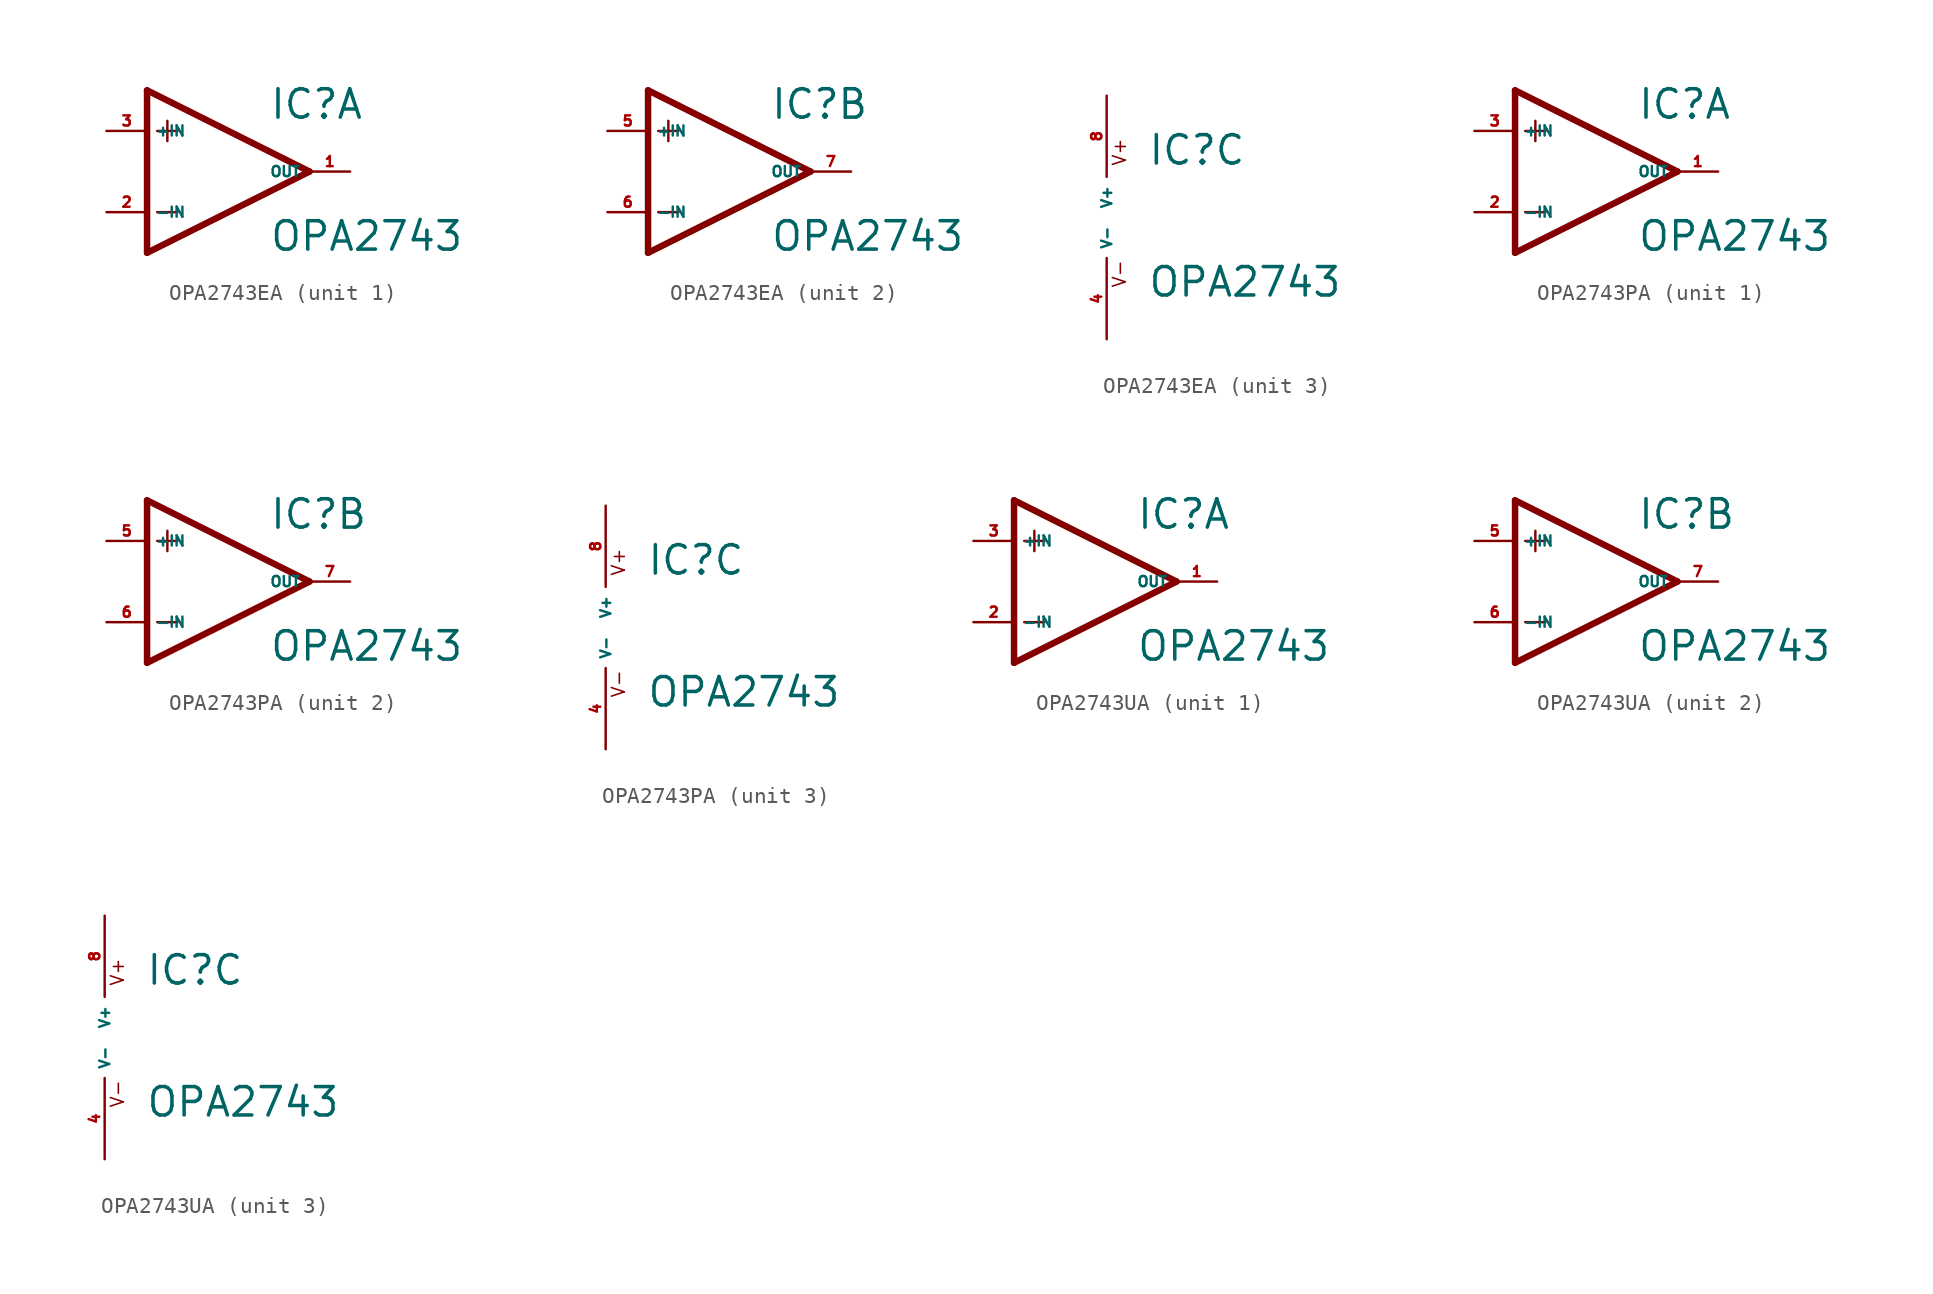
<source format=kicad_sym>
(kicad_symbol_lib
  (version 20220914)
  (generator Eagle2Kicad)
  (symbol "OPA2743EA"
    (property "Reference" "IC"
      (at 2.54 3.175 0)
      (effects (font (size 1.778 1.778) (thickness 0.22)) (justify left bottom)))
    (property "Value" "OPA2743"
      (at 2.54 -5.08 0)
      (effects (font (size 1.778 1.778) (thickness 0.22)) (justify left bottom)))
    (symbol "OPA2743EA_1_0"
      (polyline (pts (xy -5.08 5.08) (xy -5.08 -5.08)) (stroke (width 0.406) (type default)) (fill (type none)))
      (polyline (pts (xy -5.08 -5.08) (xy 5.08 0)) (stroke (width 0.406) (type default)) (fill (type none)))
      (polyline (pts (xy 5.08 0) (xy -5.08 5.08)) (stroke (width 0.406) (type default)) (fill (type none)))
      (polyline (pts (xy -3.81 3.175) (xy -3.81 1.905)) (stroke (width 0.152) (type default)) (fill (type none)))
      (polyline (pts (xy -4.445 2.54) (xy -3.175 2.54)) (stroke (width 0.152) (type default)) (fill (type none)))
      (polyline (pts (xy -4.445 -2.54) (xy -3.175 -2.54)) (stroke (width 0.152) (type default)) (fill (type none)))
      (pin input line (at -7.62 -2.54 0) (length 2.54) (name "-IN" (effects (font (size 0.635 0.635) (thickness 0.08)) (justify left bottom))) (number "2" (effects (font (size 0.635 0.635) (thickness 0.08)) (justify left bottom))))
      (pin input line (at -7.62 2.54 0) (length 2.54) (name "+IN" (effects (font (size 0.635 0.635) (thickness 0.08)) (justify left bottom))) (number "3" (effects (font (size 0.635 0.635) (thickness 0.08)) (justify left bottom))))
      (pin output line (at 7.62 0 180) (length 2.54) (name "OUT" (effects (font (size 0.635 0.635) (thickness 0.08)) (justify left bottom))) (number "1" (effects (font (size 0.635 0.635) (thickness 0.08)) (justify left bottom)))))
    (symbol "OPA2743EA_2_0"
      (polyline (pts (xy -5.08 5.08) (xy -5.08 -5.08)) (stroke (width 0.406) (type default)) (fill (type none)))
      (polyline (pts (xy -5.08 -5.08) (xy 5.08 0)) (stroke (width 0.406) (type default)) (fill (type none)))
      (polyline (pts (xy 5.08 0) (xy -5.08 5.08)) (stroke (width 0.406) (type default)) (fill (type none)))
      (polyline (pts (xy -3.81 3.175) (xy -3.81 1.905)) (stroke (width 0.152) (type default)) (fill (type none)))
      (polyline (pts (xy -4.445 2.54) (xy -3.175 2.54)) (stroke (width 0.152) (type default)) (fill (type none)))
      (polyline (pts (xy -4.445 -2.54) (xy -3.175 -2.54)) (stroke (width 0.152) (type default)) (fill (type none)))
      (pin input line (at -7.62 -2.54 0) (length 2.54) (name "-IN" (effects (font (size 0.635 0.635) (thickness 0.08)) (justify left bottom))) (number "6" (effects (font (size 0.635 0.635) (thickness 0.08)) (justify left bottom))))
      (pin input line (at -7.62 2.54 0) (length 2.54) (name "+IN" (effects (font (size 0.635 0.635) (thickness 0.08)) (justify left bottom))) (number "5" (effects (font (size 0.635 0.635) (thickness 0.08)) (justify left bottom))))
      (pin output line (at 7.62 0 180) (length 2.54) (name "OUT" (effects (font (size 0.635 0.635) (thickness 0.08)) (justify left bottom))) (number "7" (effects (font (size 0.635 0.635) (thickness 0.08)) (justify left bottom)))))
    (symbol "OPA2743EA_3_0"
      (text "V+" (at 1.27 3.175 900) (effects (font (size 0.813 0.813) (thickness 0.10)) (justify left bottom)))
      (text "V-" (at 1.27 -4.445 900) (effects (font (size 0.813 0.813) (thickness 0.10)) (justify left bottom)))
      (pin unspecified line (at 0 7.62 270) (length 5.08) (name "V+" (effects (font (size 0.635 0.635) (thickness 0.08)) (justify left bottom))) (number "8" (effects (font (size 0.635 0.635) (thickness 0.08)) (justify left bottom))))
      (pin unspecified line (at 0 -7.62 90) (length 5.08) (name "V-" (effects (font (size 0.635 0.635) (thickness 0.08)) (justify left bottom))) (number "4" (effects (font (size 0.635 0.635) (thickness 0.08)) (justify left bottom))))))
  (symbol "OPA2743PA"
    (property "Reference" "IC"
      (at 2.54 3.175 0)
      (effects (font (size 1.778 1.778) (thickness 0.22)) (justify left bottom)))
    (property "Value" "OPA2743"
      (at 2.54 -5.08 0)
      (effects (font (size 1.778 1.778) (thickness 0.22)) (justify left bottom)))
    (symbol "OPA2743PA_1_0"
      (polyline (pts (xy -5.08 5.08) (xy -5.08 -5.08)) (stroke (width 0.406) (type default)) (fill (type none)))
      (polyline (pts (xy -5.08 -5.08) (xy 5.08 0)) (stroke (width 0.406) (type default)) (fill (type none)))
      (polyline (pts (xy 5.08 0) (xy -5.08 5.08)) (stroke (width 0.406) (type default)) (fill (type none)))
      (polyline (pts (xy -3.81 3.175) (xy -3.81 1.905)) (stroke (width 0.152) (type default)) (fill (type none)))
      (polyline (pts (xy -4.445 2.54) (xy -3.175 2.54)) (stroke (width 0.152) (type default)) (fill (type none)))
      (polyline (pts (xy -4.445 -2.54) (xy -3.175 -2.54)) (stroke (width 0.152) (type default)) (fill (type none)))
      (pin input line (at -7.62 -2.54 0) (length 2.54) (name "-IN" (effects (font (size 0.635 0.635) (thickness 0.08)) (justify left bottom))) (number "2" (effects (font (size 0.635 0.635) (thickness 0.08)) (justify left bottom))))
      (pin input line (at -7.62 2.54 0) (length 2.54) (name "+IN" (effects (font (size 0.635 0.635) (thickness 0.08)) (justify left bottom))) (number "3" (effects (font (size 0.635 0.635) (thickness 0.08)) (justify left bottom))))
      (pin output line (at 7.62 0 180) (length 2.54) (name "OUT" (effects (font (size 0.635 0.635) (thickness 0.08)) (justify left bottom))) (number "1" (effects (font (size 0.635 0.635) (thickness 0.08)) (justify left bottom)))))
    (symbol "OPA2743PA_2_0"
      (polyline (pts (xy -5.08 5.08) (xy -5.08 -5.08)) (stroke (width 0.406) (type default)) (fill (type none)))
      (polyline (pts (xy -5.08 -5.08) (xy 5.08 0)) (stroke (width 0.406) (type default)) (fill (type none)))
      (polyline (pts (xy 5.08 0) (xy -5.08 5.08)) (stroke (width 0.406) (type default)) (fill (type none)))
      (polyline (pts (xy -3.81 3.175) (xy -3.81 1.905)) (stroke (width 0.152) (type default)) (fill (type none)))
      (polyline (pts (xy -4.445 2.54) (xy -3.175 2.54)) (stroke (width 0.152) (type default)) (fill (type none)))
      (polyline (pts (xy -4.445 -2.54) (xy -3.175 -2.54)) (stroke (width 0.152) (type default)) (fill (type none)))
      (pin input line (at -7.62 -2.54 0) (length 2.54) (name "-IN" (effects (font (size 0.635 0.635) (thickness 0.08)) (justify left bottom))) (number "6" (effects (font (size 0.635 0.635) (thickness 0.08)) (justify left bottom))))
      (pin input line (at -7.62 2.54 0) (length 2.54) (name "+IN" (effects (font (size 0.635 0.635) (thickness 0.08)) (justify left bottom))) (number "5" (effects (font (size 0.635 0.635) (thickness 0.08)) (justify left bottom))))
      (pin output line (at 7.62 0 180) (length 2.54) (name "OUT" (effects (font (size 0.635 0.635) (thickness 0.08)) (justify left bottom))) (number "7" (effects (font (size 0.635 0.635) (thickness 0.08)) (justify left bottom)))))
    (symbol "OPA2743PA_3_0"
      (text "V+" (at 1.27 3.175 900) (effects (font (size 0.813 0.813) (thickness 0.10)) (justify left bottom)))
      (text "V-" (at 1.27 -4.445 900) (effects (font (size 0.813 0.813) (thickness 0.10)) (justify left bottom)))
      (pin unspecified line (at 0 7.62 270) (length 5.08) (name "V+" (effects (font (size 0.635 0.635) (thickness 0.08)) (justify left bottom))) (number "8" (effects (font (size 0.635 0.635) (thickness 0.08)) (justify left bottom))))
      (pin unspecified line (at 0 -7.62 90) (length 5.08) (name "V-" (effects (font (size 0.635 0.635) (thickness 0.08)) (justify left bottom))) (number "4" (effects (font (size 0.635 0.635) (thickness 0.08)) (justify left bottom))))))
  (symbol "OPA2743UA"
    (property "Reference" "IC"
      (at 2.54 3.175 0)
      (effects (font (size 1.778 1.778) (thickness 0.22)) (justify left bottom)))
    (property "Value" "OPA2743"
      (at 2.54 -5.08 0)
      (effects (font (size 1.778 1.778) (thickness 0.22)) (justify left bottom)))
    (symbol "OPA2743UA_1_0"
      (polyline (pts (xy -5.08 5.08) (xy -5.08 -5.08)) (stroke (width 0.406) (type default)) (fill (type none)))
      (polyline (pts (xy -5.08 -5.08) (xy 5.08 0)) (stroke (width 0.406) (type default)) (fill (type none)))
      (polyline (pts (xy 5.08 0) (xy -5.08 5.08)) (stroke (width 0.406) (type default)) (fill (type none)))
      (polyline (pts (xy -3.81 3.175) (xy -3.81 1.905)) (stroke (width 0.152) (type default)) (fill (type none)))
      (polyline (pts (xy -4.445 2.54) (xy -3.175 2.54)) (stroke (width 0.152) (type default)) (fill (type none)))
      (polyline (pts (xy -4.445 -2.54) (xy -3.175 -2.54)) (stroke (width 0.152) (type default)) (fill (type none)))
      (pin input line (at -7.62 -2.54 0) (length 2.54) (name "-IN" (effects (font (size 0.635 0.635) (thickness 0.08)) (justify left bottom))) (number "2" (effects (font (size 0.635 0.635) (thickness 0.08)) (justify left bottom))))
      (pin input line (at -7.62 2.54 0) (length 2.54) (name "+IN" (effects (font (size 0.635 0.635) (thickness 0.08)) (justify left bottom))) (number "3" (effects (font (size 0.635 0.635) (thickness 0.08)) (justify left bottom))))
      (pin output line (at 7.62 0 180) (length 2.54) (name "OUT" (effects (font (size 0.635 0.635) (thickness 0.08)) (justify left bottom))) (number "1" (effects (font (size 0.635 0.635) (thickness 0.08)) (justify left bottom)))))
    (symbol "OPA2743UA_2_0"
      (polyline (pts (xy -5.08 5.08) (xy -5.08 -5.08)) (stroke (width 0.406) (type default)) (fill (type none)))
      (polyline (pts (xy -5.08 -5.08) (xy 5.08 0)) (stroke (width 0.406) (type default)) (fill (type none)))
      (polyline (pts (xy 5.08 0) (xy -5.08 5.08)) (stroke (width 0.406) (type default)) (fill (type none)))
      (polyline (pts (xy -3.81 3.175) (xy -3.81 1.905)) (stroke (width 0.152) (type default)) (fill (type none)))
      (polyline (pts (xy -4.445 2.54) (xy -3.175 2.54)) (stroke (width 0.152) (type default)) (fill (type none)))
      (polyline (pts (xy -4.445 -2.54) (xy -3.175 -2.54)) (stroke (width 0.152) (type default)) (fill (type none)))
      (pin input line (at -7.62 -2.54 0) (length 2.54) (name "-IN" (effects (font (size 0.635 0.635) (thickness 0.08)) (justify left bottom))) (number "6" (effects (font (size 0.635 0.635) (thickness 0.08)) (justify left bottom))))
      (pin input line (at -7.62 2.54 0) (length 2.54) (name "+IN" (effects (font (size 0.635 0.635) (thickness 0.08)) (justify left bottom))) (number "5" (effects (font (size 0.635 0.635) (thickness 0.08)) (justify left bottom))))
      (pin output line (at 7.62 0 180) (length 2.54) (name "OUT" (effects (font (size 0.635 0.635) (thickness 0.08)) (justify left bottom))) (number "7" (effects (font (size 0.635 0.635) (thickness 0.08)) (justify left bottom)))))
    (symbol "OPA2743UA_3_0"
      (text "V+" (at 1.27 3.175 900) (effects (font (size 0.813 0.813) (thickness 0.10)) (justify left bottom)))
      (text "V-" (at 1.27 -4.445 900) (effects (font (size 0.813 0.813) (thickness 0.10)) (justify left bottom)))
      (pin unspecified line (at 0 7.62 270) (length 5.08) (name "V+" (effects (font (size 0.635 0.635) (thickness 0.08)) (justify left bottom))) (number "8" (effects (font (size 0.635 0.635) (thickness 0.08)) (justify left bottom))))
      (pin unspecified line (at 0 -7.62 90) (length 5.08) (name "V-" (effects (font (size 0.635 0.635) (thickness 0.08)) (justify left bottom))) (number "4" (effects (font (size 0.635 0.635) (thickness 0.08)) (justify left bottom)))))))
</source>
